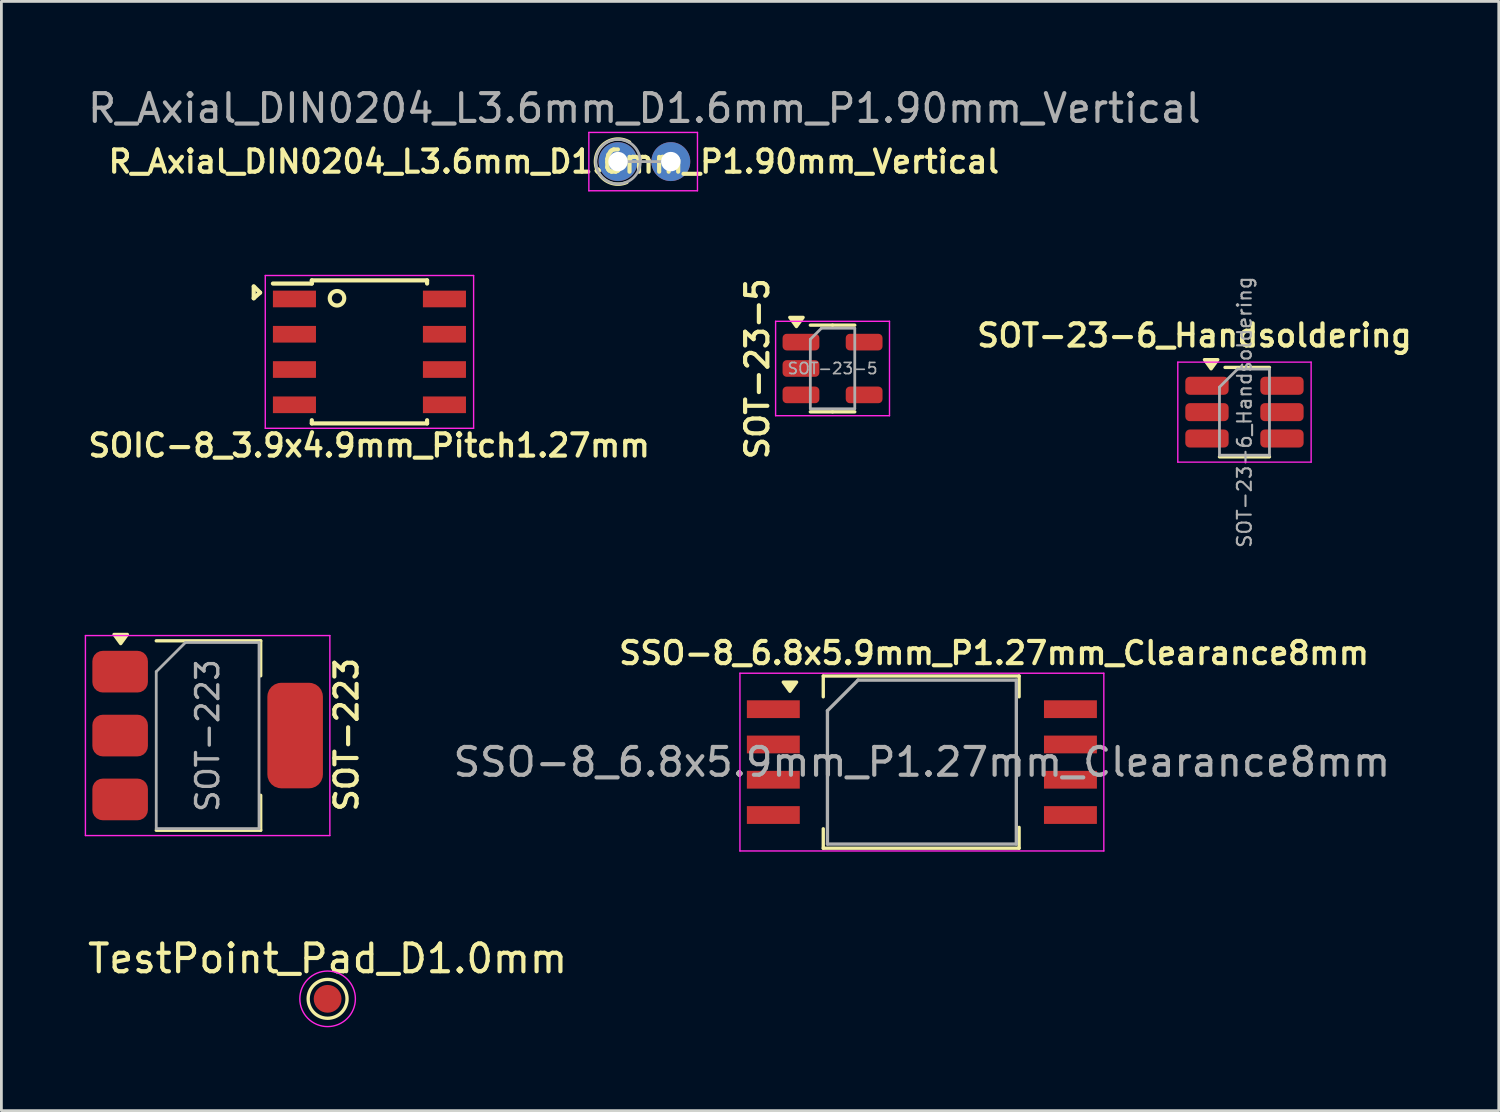
<source format=kicad_pcb>
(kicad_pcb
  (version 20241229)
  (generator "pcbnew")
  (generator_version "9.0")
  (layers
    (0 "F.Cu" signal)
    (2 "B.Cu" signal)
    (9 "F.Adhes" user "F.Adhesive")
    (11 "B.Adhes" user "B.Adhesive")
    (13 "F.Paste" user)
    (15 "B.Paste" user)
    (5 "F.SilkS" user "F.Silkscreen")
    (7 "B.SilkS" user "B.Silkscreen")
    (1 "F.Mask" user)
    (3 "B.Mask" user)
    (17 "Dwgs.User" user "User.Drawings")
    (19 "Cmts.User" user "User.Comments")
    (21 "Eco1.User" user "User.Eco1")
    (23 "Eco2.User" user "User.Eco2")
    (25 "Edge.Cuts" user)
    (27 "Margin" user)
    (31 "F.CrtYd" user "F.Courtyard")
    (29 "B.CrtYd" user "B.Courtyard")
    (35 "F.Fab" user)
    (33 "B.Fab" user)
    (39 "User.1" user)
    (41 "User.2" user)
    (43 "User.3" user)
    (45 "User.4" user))
  (footprint "TestPoint_Pad_D1.0mm"
    (layer "F.Cu")
    (at 8.744 32.908)
    (property "Reference" "TestPoint_Pad_D1.0mm" (at 0 -1.448 0) (layer "F.SilkS") (effects (font (size 1 1) (thickness 0.15))))
    (attr exclude_from_pos_files)
    (fp_circle (center 0 0) (end 0 0.7) (stroke (width 0.12) (type solid)) (fill no) (layer "F.SilkS"))
    (fp_circle (center 0 0) (end 1 0) (stroke (width 0.05) (type solid)) (fill no) (layer "F.CrtYd"))
    (pad "1" smd circle (at 0 0) (size 1 1) (layers "F.Cu" "F.Mask")))
  (footprint "SOT-23-5"
    (layer "F.Cu")
    (at 26.922 10.216)
    (property "Reference" "SOT-23-5" (at -2.71 0.01 90) (layer "F.SilkS") (effects (font (size 0.8 0.8) (thickness 0.15))))
    (attr smd)
    (fp_line (start 0 -1.56) (end -0.8 -1.56) (stroke (width 0.12) (type solid)) (layer "F.SilkS"))
    (fp_line (start 0 -1.56) (end 0.8 -1.56) (stroke (width 0.12) (type solid)) (layer "F.SilkS"))
    (fp_line (start 0 1.56) (end -0.8 1.56) (stroke (width 0.12) (type solid)) (layer "F.SilkS"))
    (fp_line (start 0 1.56) (end 0.8 1.56) (stroke (width 0.12) (type solid)) (layer "F.SilkS"))
    (fp_poly (pts (xy -1.3 -1.51) (xy -1.54 -1.84) (xy -1.06 -1.84) (xy -1.3 -1.51)) (stroke (width 0.12) (type solid)) (fill yes) (layer "F.SilkS"))
    (fp_line (start -2.05 -1.7) (end -2.05 1.7) (stroke (width 0.05) (type solid)) (layer "F.CrtYd"))
    (fp_line (start -2.05 1.7) (end 2.05 1.7) (stroke (width 0.05) (type solid)) (layer "F.CrtYd"))
    (fp_line (start 2.05 -1.7) (end -2.05 -1.7) (stroke (width 0.05) (type solid)) (layer "F.CrtYd"))
    (fp_line (start 2.05 1.7) (end 2.05 -1.7) (stroke (width 0.05) (type solid)) (layer "F.CrtYd"))
    (fp_line (start -0.8 -1.05) (end -0.4 -1.45) (stroke (width 0.1) (type solid)) (layer "F.Fab"))
    (fp_line (start -0.8 1.45) (end -0.8 -1.05) (stroke (width 0.1) (type solid)) (layer "F.Fab"))
    (fp_line (start -0.4 -1.45) (end 0.8 -1.45) (stroke (width 0.1) (type solid)) (layer "F.Fab"))
    (fp_line (start 0.8 -1.45) (end 0.8 1.45) (stroke (width 0.1) (type solid)) (layer "F.Fab"))
    (fp_line (start 0.8 1.45) (end -0.8 1.45) (stroke (width 0.1) (type solid)) (layer "F.Fab"))
    (fp_text user "${REFERENCE}" (at 0 0 180) (layer "F.Fab") (effects (font (size 0.4 0.4) (thickness 0.06))))
    (pad "1" smd roundrect (at -1.137 -0.95) (size 1.325 0.6) (layers "F.Cu" "F.Mask" "F.Paste") (roundrect_rratio 0.25))
    (pad "2" smd roundrect (at -1.137 0) (size 1.325 0.6) (layers "F.Cu" "F.Mask" "F.Paste") (roundrect_rratio 0.25))
    (pad "3" smd roundrect (at -1.137 0.95) (size 1.325 0.6) (layers "F.Cu" "F.Mask" "F.Paste") (roundrect_rratio 0.25))
    (pad "4" smd roundrect (at 1.137 0.95) (size 1.325 0.6) (layers "F.Cu" "F.Mask" "F.Paste") (roundrect_rratio 0.25))
    (pad "5" smd roundrect (at 1.137 -0.95) (size 1.325 0.6) (layers "F.Cu" "F.Mask" "F.Paste") (roundrect_rratio 0.25)))
  (footprint "SOT-23-6_Handsoldering"
    (layer "F.Cu")
    (at 41.751 11.787)
    (property "Reference" "SOT-23-6_Handsoldering" (at -1.8 -2.76 180) (layer "F.SilkS") (effects (font (size 0.8 0.8) (thickness 0.15))))
    (attr smd)
    (fp_line (start -0.9 1.61) (end 0.9 1.61) (stroke (width 0.12) (type solid)) (layer "F.SilkS"))
    (fp_line (start 0.1 -1.61) (end -0.7 -1.61) (stroke (width 0.12) (type solid)) (layer "F.SilkS"))
    (fp_line (start 0.1 -1.61) (end 0.9 -1.61) (stroke (width 0.12) (type solid)) (layer "F.SilkS"))
    (fp_poly (pts (xy -1.2 -1.56) (xy -1.44 -1.89) (xy -0.96 -1.89) (xy -1.2 -1.56)) (stroke (width 0.12) (type solid)) (fill yes) (layer "F.SilkS"))
    (fp_line (start -2.4 -1.8) (end 2.4 -1.8) (stroke (width 0.05) (type solid)) (layer "F.CrtYd"))
    (fp_line (start -2.4 1.8) (end -2.4 -1.8) (stroke (width 0.05) (type solid)) (layer "F.CrtYd"))
    (fp_line (start 2.4 -1.8) (end 2.4 1.8) (stroke (width 0.05) (type solid)) (layer "F.CrtYd"))
    (fp_line (start 2.4 1.8) (end -2.4 1.8) (stroke (width 0.05) (type solid)) (layer "F.CrtYd"))
    (fp_line (start -0.9 -0.9) (end -0.9 1.55) (stroke (width 0.1) (type solid)) (layer "F.Fab"))
    (fp_line (start -0.9 -0.9) (end -0.25 -1.55) (stroke (width 0.1) (type solid)) (layer "F.Fab"))
    (fp_line (start 0.9 -1.55) (end -0.25 -1.55) (stroke (width 0.1) (type solid)) (layer "F.Fab"))
    (fp_line (start 0.9 -1.55) (end 0.9 1.55) (stroke (width 0.1) (type solid)) (layer "F.Fab"))
    (fp_line (start 0.9 1.55) (end -0.9 1.55) (stroke (width 0.1) (type solid)) (layer "F.Fab"))
    (fp_text user "${REFERENCE}" (at 0 0 270) (layer "F.Fab") (effects (font (size 0.5 0.5) (thickness 0.075))))
    (pad "1" smd roundrect (at -1.35 -0.95) (size 1.56 0.65) (layers "F.Cu" "F.Mask" "F.Paste") (roundrect_rratio 0.25))
    (pad "2" smd roundrect (at -1.35 0) (size 1.56 0.65) (layers "F.Cu" "F.Mask" "F.Paste") (roundrect_rratio 0.25))
    (pad "3" smd roundrect (at -1.35 0.95) (size 1.56 0.65) (layers "F.Cu" "F.Mask" "F.Paste") (roundrect_rratio 0.25))
    (pad "4" smd roundrect (at 1.35 0.95) (size 1.56 0.65) (layers "F.Cu" "F.Mask" "F.Paste") (roundrect_rratio 0.25))
    (pad "5" smd roundrect (at 1.35 0) (size 1.56 0.65) (layers "F.Cu" "F.Mask" "F.Paste") (roundrect_rratio 0.25))
    (pad "6" smd roundrect (at 1.35 -0.95) (size 1.56 0.65) (layers "F.Cu" "F.Mask" "F.Paste") (roundrect_rratio 0.25)))
  (footprint "SOT-223"
    (layer "F.Cu")
    (at 4.425 23.43)
    (property "Reference" "SOT-223" (at 5 -0.03 90) (layer "F.SilkS") (effects (font (size 0.8 0.8) (thickness 0.15))))
    (attr smd)
    (fp_line (start -1.85 -3.41) (end 1.91 -3.41) (stroke (width 0.12) (type solid)) (layer "F.SilkS"))
    (fp_line (start -1.85 3.41) (end 1.91 3.41) (stroke (width 0.12) (type solid)) (layer "F.SilkS"))
    (fp_line (start 1.91 -3.41) (end 1.91 -2.15) (stroke (width 0.12) (type solid)) (layer "F.SilkS"))
    (fp_line (start 1.91 3.41) (end 1.91 2.15) (stroke (width 0.12) (type solid)) (layer "F.SilkS"))
    (fp_poly (pts (xy -3.13 -3.31) (xy -3.37 -3.64) (xy -2.89 -3.64) (xy -3.13 -3.31)) (stroke (width 0.12) (type solid)) (fill yes) (layer "F.SilkS"))
    (fp_line (start -4.4 -3.6) (end -4.4 3.6) (stroke (width 0.05) (type solid)) (layer "F.CrtYd"))
    (fp_line (start -4.4 3.6) (end 4.4 3.6) (stroke (width 0.05) (type solid)) (layer "F.CrtYd"))
    (fp_line (start 4.4 -3.6) (end -4.4 -3.6) (stroke (width 0.05) (type solid)) (layer "F.CrtYd"))
    (fp_line (start 4.4 3.6) (end 4.4 -3.6) (stroke (width 0.05) (type solid)) (layer "F.CrtYd"))
    (fp_line (start -1.85 -2.3) (end -1.85 3.35) (stroke (width 0.1) (type solid)) (layer "F.Fab"))
    (fp_line (start -1.85 -2.3) (end -0.8 -3.35) (stroke (width 0.1) (type solid)) (layer "F.Fab"))
    (fp_line (start -1.85 3.35) (end 1.85 3.35) (stroke (width 0.1) (type solid)) (layer "F.Fab"))
    (fp_line (start -0.8 -3.35) (end 1.85 -3.35) (stroke (width 0.1) (type solid)) (layer "F.Fab"))
    (fp_line (start 1.85 -3.35) (end 1.85 3.35) (stroke (width 0.1) (type solid)) (layer "F.Fab"))
    (fp_text user "${REFERENCE}" (at 0 0 270) (layer "F.Fab") (effects (font (size 0.8 0.8) (thickness 0.12))))
    (pad "1" smd roundrect (at -3.15 -2.3) (size 2 1.5) (layers "F.Cu" "F.Mask" "F.Paste") (roundrect_rratio 0.25))
    (pad "2" smd roundrect (at -3.15 0) (size 2 1.5) (layers "F.Cu" "F.Mask" "F.Paste") (roundrect_rratio 0.25))
    (pad "3" smd roundrect (at -3.15 2.3) (size 2 1.5) (layers "F.Cu" "F.Mask" "F.Paste") (roundrect_rratio 0.25))
    (pad "4" smd roundrect (at 3.15 0) (size 2 3.8) (layers "F.Cu" "F.Mask" "F.Paste") (roundrect_rratio 0.25)))
  (footprint "SOIC-8_3.9x4.9mm_Pitch1.27mm"
    (layer "F.Cu")
    (at 10.25 9.618)
    (property "Reference" "SOIC-8_3.9x4.9mm_Pitch1.27mm" (at -0.01 3.37 0) (layer "F.SilkS") (effects (font (size 0.8 0.8) (thickness 0.15))))
    (attr smd)
    (fp_line (start -4.166 -2.362) (end -3.937 -2.134) (stroke (width 0.15) (type solid)) (layer "F.SilkS"))
    (fp_line (start -4.166 -1.93) (end -4.166 -2.337) (stroke (width 0.15) (type solid)) (layer "F.SilkS"))
    (fp_line (start -3.937 -2.134) (end -4.166 -1.93) (stroke (width 0.15) (type solid)) (layer "F.SilkS"))
    (fp_line (start -2.075 -2.575) (end -2.075 -2.46) (stroke (width 0.15) (type solid)) (layer "F.SilkS"))
    (fp_line (start -2.075 -2.575) (end 2.075 -2.575) (stroke (width 0.15) (type solid)) (layer "F.SilkS"))
    (fp_line (start -2.075 -2.46) (end -3.475 -2.46) (stroke (width 0.15) (type solid)) (layer "F.SilkS"))
    (fp_line (start -2.075 2.575) (end -2.075 2.46) (stroke (width 0.15) (type solid)) (layer "F.SilkS"))
    (fp_line (start -2.075 2.575) (end 2.075 2.575) (stroke (width 0.15) (type solid)) (layer "F.SilkS"))
    (fp_line (start 2.075 -2.575) (end 2.075 -2.46) (stroke (width 0.15) (type solid)) (layer "F.SilkS"))
    (fp_line (start 2.075 2.575) (end 2.075 2.46) (stroke (width 0.15) (type solid)) (layer "F.SilkS"))
    (fp_circle (center -1.168 -1.93) (end -0.94 -1.803) (stroke (width 0.15) (type solid)) (fill no) (layer "F.SilkS"))
    (fp_line (start -3.75 -2.75) (end -3.75 2.75) (stroke (width 0.05) (type solid)) (layer "F.CrtYd"))
    (fp_line (start -3.75 -2.75) (end 3.75 -2.75) (stroke (width 0.05) (type solid)) (layer "F.CrtYd"))
    (fp_line (start -3.75 2.75) (end 3.75 2.75) (stroke (width 0.05) (type solid)) (layer "F.CrtYd"))
    (fp_line (start 3.75 -2.75) (end 3.75 2.75) (stroke (width 0.05) (type solid)) (layer "F.CrtYd"))
    (pad "1" smd rect (at -2.7 -1.905) (size 1.55 0.6) (layers "F.Cu" "F.Mask" "F.Paste"))
    (pad "2" smd rect (at -2.7 -0.635) (size 1.55 0.6) (layers "F.Cu" "F.Mask" "F.Paste"))
    (pad "3" smd rect (at -2.7 0.635) (size 1.55 0.6) (layers "F.Cu" "F.Mask" "F.Paste"))
    (pad "4" smd rect (at -2.7 1.905) (size 1.55 0.6) (layers "F.Cu" "F.Mask" "F.Paste"))
    (pad "5" smd rect (at 2.7 1.905) (size 1.55 0.6) (layers "F.Cu" "F.Mask" "F.Paste"))
    (pad "6" smd rect (at 2.7 0.635) (size 1.55 0.6) (layers "F.Cu" "F.Mask" "F.Paste"))
    (pad "7" smd rect (at 2.7 -0.635) (size 1.55 0.6) (layers "F.Cu" "F.Mask" "F.Paste"))
    (pad "8" smd rect (at 2.7 -1.905) (size 1.55 0.6) (layers "F.Cu" "F.Mask" "F.Paste")))
  (footprint "R_Axial_DIN0204_L3.6mm_D1.6mm_P1.90mm_Vertical"
    (layer "F.Cu")
    (at 19.199 2.768)
    (property "Reference" "R_Axial_DIN0204_L3.6mm_D1.6mm_P1.90mm_Vertical" (at -2.31 0 180) (layer "F.SilkS") (effects (font (size 0.8 0.8) (thickness 0.15))))
    (attr through_hole)
    (fp_arc (start 0.320095 0.749359) (mid -0.813042 -0.054435) (end 0.417133 -0.7) (stroke (width 0.12) (type solid)) (layer "F.SilkS"))
    (fp_line (start -1.05 -1.05) (end -1.05 1.05) (stroke (width 0.05) (type solid)) (layer "F.CrtYd"))
    (fp_line (start -1.05 1.05) (end 2.86 1.05) (stroke (width 0.05) (type solid)) (layer "F.CrtYd"))
    (fp_line (start 2.86 -1.05) (end -1.05 -1.05) (stroke (width 0.05) (type solid)) (layer "F.CrtYd"))
    (fp_line (start 2.86 1.05) (end 2.86 -1.05) (stroke (width 0.05) (type solid)) (layer "F.CrtYd"))
    (fp_line (start 0 0) (end 1.9 0) (stroke (width 0.1) (type solid)) (layer "F.Fab"))
    (fp_circle (center 0 0) (end 0.8 0) (stroke (width 0.1) (type solid)) (fill no) (layer "F.Fab"))
    (fp_text user "${REFERENCE}" (at 0.95 -1.92 180) (layer "F.Fab") (effects (font (size 1 1) (thickness 0.15))))
    (pad "1" thru_hole circle (at 0 0) (size 1.4 1.4) (drill 0.7) (layers "*.Cu" "*.Mask"))
    (pad "2" thru_hole oval (at 1.9 0) (size 1.4 1.4) (drill 0.7) (layers "*.Cu" "*.Mask")))
  (footprint "SSO-8_6.8x5.9mm_P1.27mm_Clearance8mm"
    (layer "F.Cu")
    (at 30.138 24.386)
    (property "Reference" "SSO-8_6.8x5.9mm_P1.27mm_Clearance8mm" (at 2.6 -3.925 180) (layer "F.SilkS") (effects (font (size 0.8 0.8) (thickness 0.15))))
    (attr smd)
    (fp_line (start -3.55 -2.35) (end -3.55 -3.1) (stroke (width 0.12) (type solid)) (layer "F.SilkS"))
    (fp_line (start -3.55 2.4) (end -3.55 3.1) (stroke (width 0.12) (type solid)) (layer "F.SilkS"))
    (fp_line (start -3.55 3.1) (end 3.5 3.1) (stroke (width 0.12) (type solid)) (layer "F.SilkS"))
    (fp_line (start 3.5 -3.1) (end -3.55 -3.1) (stroke (width 0.12) (type solid)) (layer "F.SilkS"))
    (fp_line (start 3.5 -2.35) (end 3.5 -3.1) (stroke (width 0.12) (type solid)) (layer "F.SilkS"))
    (fp_line (start 3.5 3.1) (end 3.5 2.35) (stroke (width 0.12) (type solid)) (layer "F.SilkS"))
    (fp_poly (pts (xy -4.75 -2.55) (xy -4.99 -2.88) (xy -4.51 -2.88) (xy -4.75 -2.55)) (stroke (width 0.12) (type solid)) (fill yes) (layer "F.SilkS"))
    (fp_line (start -6.55 -3.2) (end -6.55 3.2) (stroke (width 0.05) (type solid)) (layer "F.CrtYd"))
    (fp_line (start -6.55 -3.2) (end 6.55 -3.2) (stroke (width 0.05) (type solid)) (layer "F.CrtYd"))
    (fp_line (start 6.55 3.2) (end -6.55 3.2) (stroke (width 0.05) (type solid)) (layer "F.CrtYd"))
    (fp_line (start 6.55 3.2) (end 6.55 -3.2) (stroke (width 0.05) (type solid)) (layer "F.CrtYd"))
    (fp_line (start -3.4 -1.85) (end -3.4 2.95) (stroke (width 0.12) (type solid)) (layer "F.Fab"))
    (fp_line (start -3.4 2.95) (end 3.4 2.95) (stroke (width 0.12) (type solid)) (layer "F.Fab"))
    (fp_line (start -2.3 -2.95) (end -3.4 -1.85) (stroke (width 0.12) (type solid)) (layer "F.Fab"))
    (fp_line (start 3.4 -2.95) (end -2.3 -2.95) (stroke (width 0.12) (type solid)) (layer "F.Fab"))
    (fp_line (start 3.4 2.95) (end 3.4 -2.95) (stroke (width 0.12) (type solid)) (layer "F.Fab"))
    (fp_text user "${REFERENCE}" (at 0 0 180) (layer "F.Fab") (effects (font (size 1 1) (thickness 0.15))))
    (pad "1" smd rect (at -5.348 -1.905) (size 1.905 0.64) (layers "F.Cu" "F.Mask" "F.Paste"))
    (pad "2" smd rect (at -5.348 -0.635) (size 1.905 0.64) (layers "F.Cu" "F.Mask" "F.Paste"))
    (pad "3" smd rect (at -5.348 0.635) (size 1.905 0.64) (layers "F.Cu" "F.Mask" "F.Paste"))
    (pad "4" smd rect (at -5.348 1.905) (size 1.905 0.64) (layers "F.Cu" "F.Mask" "F.Paste"))
    (pad "5" smd rect (at 5.348 1.905) (size 1.905 0.64) (layers "F.Cu" "F.Mask" "F.Paste"))
    (pad "6" smd rect (at 5.348 0.635) (size 1.905 0.64) (layers "F.Cu" "F.Mask" "F.Paste"))
    (pad "7" smd rect (at 5.348 -0.635) (size 1.905 0.64) (layers "F.Cu" "F.Mask" "F.Paste"))
    (pad "8" smd rect (at 5.348 -1.905) (size 1.905 0.64) (layers "F.Cu" "F.Mask" "F.Paste")))
  (gr_rect
    (start -3 -3)
    (end 50.906 36.933)
    (stroke (width 0.1) (type default))
    (fill no)
    (layer "Edge.Cuts")))
</source>
